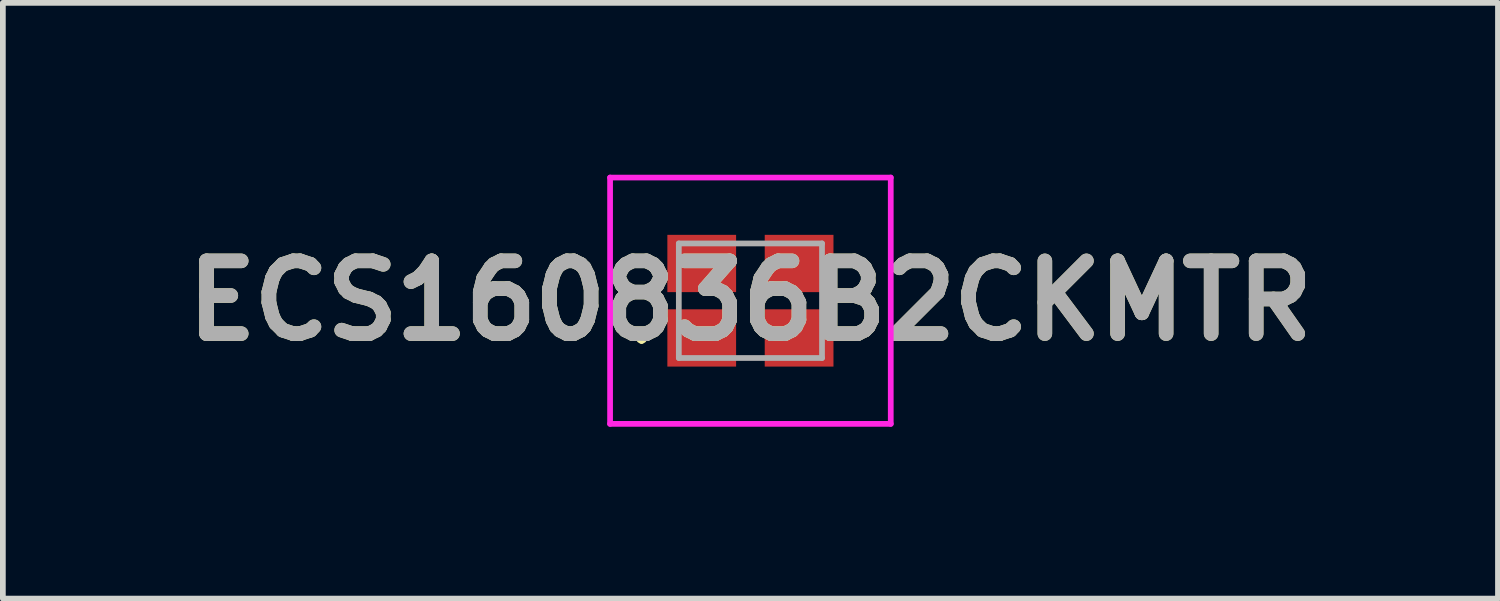
<source format=kicad_pcb>
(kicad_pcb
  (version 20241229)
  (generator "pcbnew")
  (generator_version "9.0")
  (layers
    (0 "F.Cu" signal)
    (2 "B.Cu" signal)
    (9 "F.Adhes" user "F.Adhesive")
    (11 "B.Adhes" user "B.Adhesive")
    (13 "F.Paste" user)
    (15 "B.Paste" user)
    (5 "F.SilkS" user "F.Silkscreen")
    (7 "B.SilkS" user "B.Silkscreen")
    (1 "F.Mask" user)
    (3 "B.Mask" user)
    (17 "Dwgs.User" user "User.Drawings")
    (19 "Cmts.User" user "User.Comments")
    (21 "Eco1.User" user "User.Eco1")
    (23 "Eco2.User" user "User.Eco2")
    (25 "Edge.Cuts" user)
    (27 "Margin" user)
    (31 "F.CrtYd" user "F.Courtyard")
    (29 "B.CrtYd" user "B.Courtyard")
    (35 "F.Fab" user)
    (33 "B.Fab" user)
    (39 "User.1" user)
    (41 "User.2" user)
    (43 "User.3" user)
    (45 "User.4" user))
  (footprint "ECS160836B2CKMTR"
    (layer "F.Cu")
    (at 10.051 2.2)
    (property "Reference" "ECS160836B2CKMTR" (at 0 0 0) (layer "F.SilkS") (effects (font (size 1.27 1.27) (thickness 0.254))))
    (attr smd)
    (fp_line (start -1.9 0.6) (end -1.9 0.6) (stroke (width 0.1) (type solid)) (layer "F.SilkS"))
    (fp_line (start -1.9 0.7) (end -1.9 0.7) (stroke (width 0.1) (type solid)) (layer "F.SilkS"))
    (fp_arc (start -1.9 0.6) (mid -1.85 0.65) (end -1.9 0.7) (stroke (width 0.1) (type solid)) (layer "F.SilkS"))
    (fp_arc (start -1.9 0.7) (mid -1.95 0.65) (end -1.9 0.6) (stroke (width 0.1) (type solid)) (layer "F.SilkS"))
    (fp_line (start -2.45 -2.15) (end 2.45 -2.15) (stroke (width 0.1) (type solid)) (layer "F.CrtYd"))
    (fp_line (start -2.45 2.15) (end -2.45 -2.15) (stroke (width 0.1) (type solid)) (layer "F.CrtYd"))
    (fp_line (start 2.45 -2.15) (end 2.45 2.15) (stroke (width 0.1) (type solid)) (layer "F.CrtYd"))
    (fp_line (start 2.45 2.15) (end -2.45 2.15) (stroke (width 0.1) (type solid)) (layer "F.CrtYd"))
    (fp_line (start -1.25 -1) (end 1.25 -1) (stroke (width 0.1) (type solid)) (layer "F.Fab"))
    (fp_line (start -1.25 1) (end -1.25 -1) (stroke (width 0.1) (type solid)) (layer "F.Fab"))
    (fp_line (start 1.25 -1) (end 1.25 1) (stroke (width 0.1) (type solid)) (layer "F.Fab"))
    (fp_line (start 1.25 1) (end -1.25 1) (stroke (width 0.1) (type solid)) (layer "F.Fab"))
    (fp_text user "${REFERENCE}" (at 0 0 0) (layer "F.Fab") (effects (font (size 1.27 1.27) (thickness 0.254))))
    (pad "1" smd rect (at -0.85 0.65 90) (size 1 1.2) (layers "F.Cu" "F.Mask" "F.Paste"))
    (pad "2" smd rect (at 0.85 0.65 90) (size 1 1.2) (layers "F.Cu" "F.Mask" "F.Paste"))
    (pad "3" smd rect (at 0.85 -0.65 90) (size 1 1.2) (layers "F.Cu" "F.Mask" "F.Paste"))
    (pad "4" smd rect (at -0.85 -0.65 90) (size 1 1.2) (layers "F.Cu" "F.Mask" "F.Paste")))
  (gr_rect
    (start -3 -3)
    (end 23.102 7.4)
    (stroke (width 0.1) (type default))
    (fill no)
    (layer "Edge.Cuts")))
</source>
